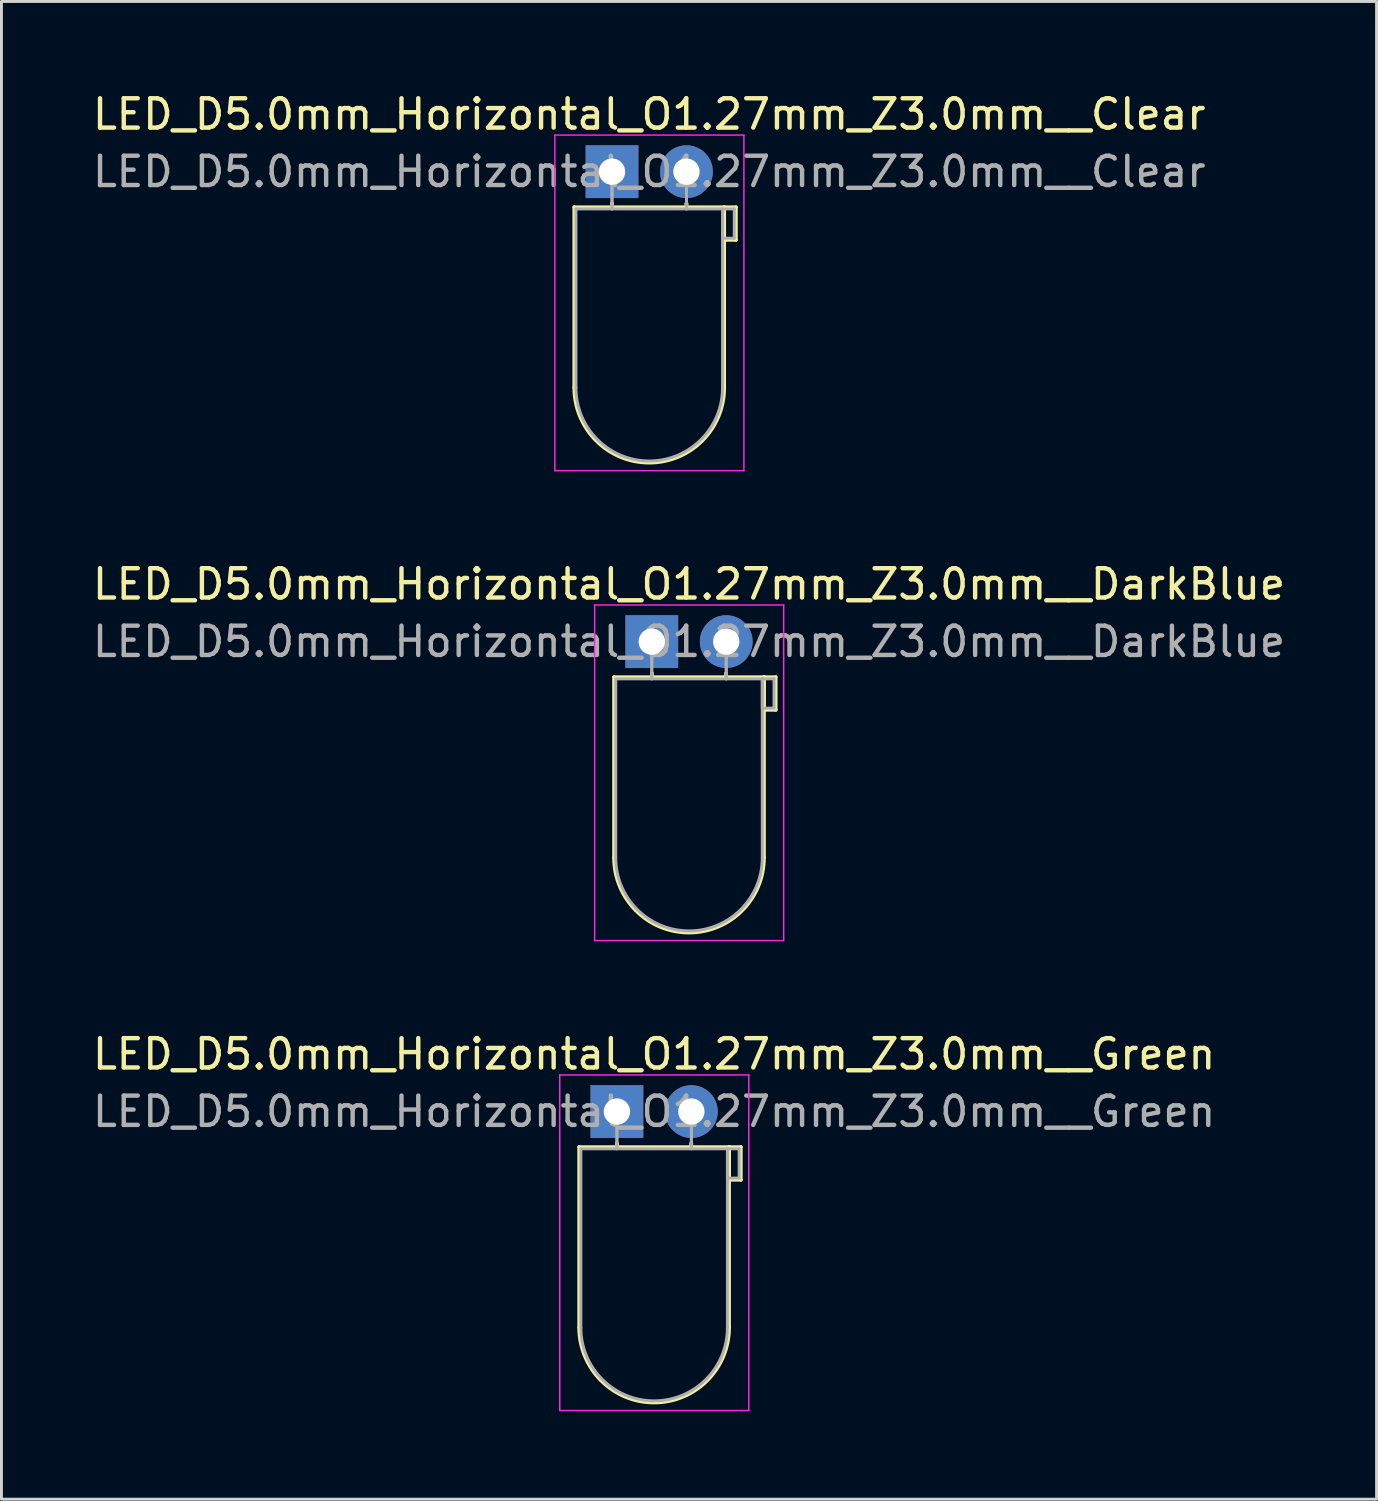
<source format=kicad_pcb>
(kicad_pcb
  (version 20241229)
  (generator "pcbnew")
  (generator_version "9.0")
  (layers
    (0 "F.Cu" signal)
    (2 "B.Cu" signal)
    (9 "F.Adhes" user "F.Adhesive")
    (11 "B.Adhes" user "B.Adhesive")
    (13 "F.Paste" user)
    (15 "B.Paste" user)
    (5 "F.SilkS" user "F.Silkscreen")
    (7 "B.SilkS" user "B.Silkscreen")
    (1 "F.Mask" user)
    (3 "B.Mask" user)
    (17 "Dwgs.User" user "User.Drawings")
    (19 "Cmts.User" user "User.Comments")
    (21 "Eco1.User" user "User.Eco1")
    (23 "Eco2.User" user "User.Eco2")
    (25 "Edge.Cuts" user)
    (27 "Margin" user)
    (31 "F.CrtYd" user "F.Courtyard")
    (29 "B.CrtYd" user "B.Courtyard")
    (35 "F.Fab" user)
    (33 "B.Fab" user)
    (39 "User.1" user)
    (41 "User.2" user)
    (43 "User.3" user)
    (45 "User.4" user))
  (footprint "LED_D5.0mm_Horizontal_O1.27mm_Z3.0mm__Green"
    (layer "F.Cu")
    (at 17.998 34.875)
    (property "Reference" "LED_D5.0mm_Horizontal_O1.27mm_Z3.0mm__Green" (at 1.27 -1.96 0) (layer "F.SilkS") (effects (font (size 1 1) (thickness 0.15))))
    (attr through_hole)
    (fp_line (start -1.29 1.21) (end -1.29 7.37) (stroke (width 0.12) (type solid)) (layer "F.SilkS"))
    (fp_line (start -1.29 1.21) (end 3.83 1.21) (stroke (width 0.12) (type solid)) (layer "F.SilkS"))
    (fp_line (start 0 1.08) (end 0 1.08) (stroke (width 0.12) (type solid)) (layer "F.SilkS"))
    (fp_line (start 0 1.08) (end 0 1.21) (stroke (width 0.12) (type solid)) (layer "F.SilkS"))
    (fp_line (start 0 1.21) (end 0 1.08) (stroke (width 0.12) (type solid)) (layer "F.SilkS"))
    (fp_line (start 0 1.21) (end 0 1.21) (stroke (width 0.12) (type solid)) (layer "F.SilkS"))
    (fp_line (start 2.54 1.08) (end 2.54 1.08) (stroke (width 0.12) (type solid)) (layer "F.SilkS"))
    (fp_line (start 2.54 1.08) (end 2.54 1.21) (stroke (width 0.12) (type solid)) (layer "F.SilkS"))
    (fp_line (start 2.54 1.21) (end 2.54 1.08) (stroke (width 0.12) (type solid)) (layer "F.SilkS"))
    (fp_line (start 2.54 1.21) (end 2.54 1.21) (stroke (width 0.12) (type solid)) (layer "F.SilkS"))
    (fp_line (start 3.83 1.21) (end 3.83 7.37) (stroke (width 0.12) (type solid)) (layer "F.SilkS"))
    (fp_line (start 3.83 1.21) (end 4.23 1.21) (stroke (width 0.12) (type solid)) (layer "F.SilkS"))
    (fp_line (start 3.83 2.33) (end 3.83 1.21) (stroke (width 0.12) (type solid)) (layer "F.SilkS"))
    (fp_line (start 4.23 1.21) (end 4.23 2.33) (stroke (width 0.12) (type solid)) (layer "F.SilkS"))
    (fp_line (start 4.23 2.33) (end 3.83 2.33) (stroke (width 0.12) (type solid)) (layer "F.SilkS"))
    (fp_arc (start 3.83 7.37) (mid 1.27 9.93) (end -1.29 7.37) (stroke (width 0.12) (type solid)) (layer "F.SilkS"))
    (fp_line (start -1.95 -1.25) (end -1.95 10.2) (stroke (width 0.05) (type solid)) (layer "F.CrtYd"))
    (fp_line (start -1.95 10.2) (end 4.5 10.2) (stroke (width 0.05) (type solid)) (layer "F.CrtYd"))
    (fp_line (start 4.5 -1.25) (end -1.95 -1.25) (stroke (width 0.05) (type solid)) (layer "F.CrtYd"))
    (fp_line (start 4.5 10.2) (end 4.5 -1.25) (stroke (width 0.05) (type solid)) (layer "F.CrtYd"))
    (fp_line (start -1.23 1.27) (end -1.23 7.37) (stroke (width 0.1) (type solid)) (layer "F.Fab"))
    (fp_line (start -1.23 1.27) (end 3.77 1.27) (stroke (width 0.1) (type solid)) (layer "F.Fab"))
    (fp_line (start 0 0) (end 0 0) (stroke (width 0.1) (type solid)) (layer "F.Fab"))
    (fp_line (start 0 0) (end 0 1.27) (stroke (width 0.1) (type solid)) (layer "F.Fab"))
    (fp_line (start 0 1.27) (end 0 0) (stroke (width 0.1) (type solid)) (layer "F.Fab"))
    (fp_line (start 0 1.27) (end 0 1.27) (stroke (width 0.1) (type solid)) (layer "F.Fab"))
    (fp_line (start 2.54 0) (end 2.54 0) (stroke (width 0.1) (type solid)) (layer "F.Fab"))
    (fp_line (start 2.54 0) (end 2.54 1.27) (stroke (width 0.1) (type solid)) (layer "F.Fab"))
    (fp_line (start 2.54 1.27) (end 2.54 0) (stroke (width 0.1) (type solid)) (layer "F.Fab"))
    (fp_line (start 2.54 1.27) (end 2.54 1.27) (stroke (width 0.1) (type solid)) (layer "F.Fab"))
    (fp_line (start 3.77 1.27) (end 3.77 7.37) (stroke (width 0.1) (type solid)) (layer "F.Fab"))
    (fp_line (start 3.77 1.27) (end 4.17 1.27) (stroke (width 0.1) (type solid)) (layer "F.Fab"))
    (fp_line (start 3.77 2.27) (end 3.77 1.27) (stroke (width 0.1) (type solid)) (layer "F.Fab"))
    (fp_line (start 4.17 1.27) (end 4.17 2.27) (stroke (width 0.1) (type solid)) (layer "F.Fab"))
    (fp_line (start 4.17 2.27) (end 3.77 2.27) (stroke (width 0.1) (type solid)) (layer "F.Fab"))
    (fp_arc (start 3.77 7.37) (mid 1.27 9.87) (end -1.23 7.37) (stroke (width 0.1) (type solid)) (layer "F.Fab"))
    (fp_text user "${REFERENCE}" (at 1.27 0 0) (layer "F.Fab") (effects (font (size 1 1) (thickness 0.15))))
    (pad "1" thru_hole rect (at 0 0) (size 1.8 1.8) (drill 0.9) (layers "*.Cu" "*.Mask"))
    (pad "2" thru_hole circle (at 2.54 0) (size 1.8 1.8) (drill 0.9) (layers "*.Cu" "*.Mask")))
  (footprint "LED_D5.0mm_Horizontal_O1.27mm_Z3.0mm__DarkBlue"
    (layer "F.Cu")
    (at 19.188 18.841)
    (property "Reference" "LED_D5.0mm_Horizontal_O1.27mm_Z3.0mm__DarkBlue" (at 1.27 -1.96 0) (layer "F.SilkS") (effects (font (size 1 1) (thickness 0.15))))
    (attr through_hole)
    (fp_line (start -1.29 1.21) (end -1.29 7.37) (stroke (width 0.12) (type solid)) (layer "F.SilkS"))
    (fp_line (start -1.29 1.21) (end 3.83 1.21) (stroke (width 0.12) (type solid)) (layer "F.SilkS"))
    (fp_line (start 0 1.08) (end 0 1.08) (stroke (width 0.12) (type solid)) (layer "F.SilkS"))
    (fp_line (start 0 1.08) (end 0 1.21) (stroke (width 0.12) (type solid)) (layer "F.SilkS"))
    (fp_line (start 0 1.21) (end 0 1.08) (stroke (width 0.12) (type solid)) (layer "F.SilkS"))
    (fp_line (start 0 1.21) (end 0 1.21) (stroke (width 0.12) (type solid)) (layer "F.SilkS"))
    (fp_line (start 2.54 1.08) (end 2.54 1.08) (stroke (width 0.12) (type solid)) (layer "F.SilkS"))
    (fp_line (start 2.54 1.08) (end 2.54 1.21) (stroke (width 0.12) (type solid)) (layer "F.SilkS"))
    (fp_line (start 2.54 1.21) (end 2.54 1.08) (stroke (width 0.12) (type solid)) (layer "F.SilkS"))
    (fp_line (start 2.54 1.21) (end 2.54 1.21) (stroke (width 0.12) (type solid)) (layer "F.SilkS"))
    (fp_line (start 3.83 1.21) (end 3.83 7.37) (stroke (width 0.12) (type solid)) (layer "F.SilkS"))
    (fp_line (start 3.83 1.21) (end 4.23 1.21) (stroke (width 0.12) (type solid)) (layer "F.SilkS"))
    (fp_line (start 3.83 2.33) (end 3.83 1.21) (stroke (width 0.12) (type solid)) (layer "F.SilkS"))
    (fp_line (start 4.23 1.21) (end 4.23 2.33) (stroke (width 0.12) (type solid)) (layer "F.SilkS"))
    (fp_line (start 4.23 2.33) (end 3.83 2.33) (stroke (width 0.12) (type solid)) (layer "F.SilkS"))
    (fp_arc (start 3.83 7.37) (mid 1.27 9.93) (end -1.29 7.37) (stroke (width 0.12) (type solid)) (layer "F.SilkS"))
    (fp_line (start -1.95 -1.25) (end -1.95 10.2) (stroke (width 0.05) (type solid)) (layer "F.CrtYd"))
    (fp_line (start -1.95 10.2) (end 4.5 10.2) (stroke (width 0.05) (type solid)) (layer "F.CrtYd"))
    (fp_line (start 4.5 -1.25) (end -1.95 -1.25) (stroke (width 0.05) (type solid)) (layer "F.CrtYd"))
    (fp_line (start 4.5 10.2) (end 4.5 -1.25) (stroke (width 0.05) (type solid)) (layer "F.CrtYd"))
    (fp_line (start -1.23 1.27) (end -1.23 7.37) (stroke (width 0.1) (type solid)) (layer "F.Fab"))
    (fp_line (start -1.23 1.27) (end 3.77 1.27) (stroke (width 0.1) (type solid)) (layer "F.Fab"))
    (fp_line (start 0 0) (end 0 0) (stroke (width 0.1) (type solid)) (layer "F.Fab"))
    (fp_line (start 0 0) (end 0 1.27) (stroke (width 0.1) (type solid)) (layer "F.Fab"))
    (fp_line (start 0 1.27) (end 0 0) (stroke (width 0.1) (type solid)) (layer "F.Fab"))
    (fp_line (start 0 1.27) (end 0 1.27) (stroke (width 0.1) (type solid)) (layer "F.Fab"))
    (fp_line (start 2.54 0) (end 2.54 0) (stroke (width 0.1) (type solid)) (layer "F.Fab"))
    (fp_line (start 2.54 0) (end 2.54 1.27) (stroke (width 0.1) (type solid)) (layer "F.Fab"))
    (fp_line (start 2.54 1.27) (end 2.54 0) (stroke (width 0.1) (type solid)) (layer "F.Fab"))
    (fp_line (start 2.54 1.27) (end 2.54 1.27) (stroke (width 0.1) (type solid)) (layer "F.Fab"))
    (fp_line (start 3.77 1.27) (end 3.77 7.37) (stroke (width 0.1) (type solid)) (layer "F.Fab"))
    (fp_line (start 3.77 1.27) (end 4.17 1.27) (stroke (width 0.1) (type solid)) (layer "F.Fab"))
    (fp_line (start 3.77 2.27) (end 3.77 1.27) (stroke (width 0.1) (type solid)) (layer "F.Fab"))
    (fp_line (start 4.17 1.27) (end 4.17 2.27) (stroke (width 0.1) (type solid)) (layer "F.Fab"))
    (fp_line (start 4.17 2.27) (end 3.77 2.27) (stroke (width 0.1) (type solid)) (layer "F.Fab"))
    (fp_arc (start 3.77 7.37) (mid 1.27 9.87) (end -1.23 7.37) (stroke (width 0.1) (type solid)) (layer "F.Fab"))
    (fp_text user "${REFERENCE}" (at 1.27 0 0) (layer "F.Fab") (effects (font (size 1 1) (thickness 0.15))))
    (pad "1" thru_hole rect (at 0 0) (size 1.8 1.8) (drill 0.9) (layers "*.Cu" "*.Mask"))
    (pad "2" thru_hole circle (at 2.54 0) (size 1.8 1.8) (drill 0.9) (layers "*.Cu" "*.Mask")))
  (footprint "LED_D5.0mm_Horizontal_O1.27mm_Z3.0mm__Clear"
    (layer "F.Cu")
    (at 17.831 2.808)
    (property "Reference" "LED_D5.0mm_Horizontal_O1.27mm_Z3.0mm__Clear" (at 1.27 -1.96 0) (layer "F.SilkS") (effects (font (size 1 1) (thickness 0.15))))
    (attr through_hole)
    (fp_line (start -1.29 1.21) (end -1.29 7.37) (stroke (width 0.12) (type solid)) (layer "F.SilkS"))
    (fp_line (start -1.29 1.21) (end 3.83 1.21) (stroke (width 0.12) (type solid)) (layer "F.SilkS"))
    (fp_line (start 0 1.08) (end 0 1.08) (stroke (width 0.12) (type solid)) (layer "F.SilkS"))
    (fp_line (start 0 1.08) (end 0 1.21) (stroke (width 0.12) (type solid)) (layer "F.SilkS"))
    (fp_line (start 0 1.21) (end 0 1.08) (stroke (width 0.12) (type solid)) (layer "F.SilkS"))
    (fp_line (start 0 1.21) (end 0 1.21) (stroke (width 0.12) (type solid)) (layer "F.SilkS"))
    (fp_line (start 2.54 1.08) (end 2.54 1.08) (stroke (width 0.12) (type solid)) (layer "F.SilkS"))
    (fp_line (start 2.54 1.08) (end 2.54 1.21) (stroke (width 0.12) (type solid)) (layer "F.SilkS"))
    (fp_line (start 2.54 1.21) (end 2.54 1.08) (stroke (width 0.12) (type solid)) (layer "F.SilkS"))
    (fp_line (start 2.54 1.21) (end 2.54 1.21) (stroke (width 0.12) (type solid)) (layer "F.SilkS"))
    (fp_line (start 3.83 1.21) (end 3.83 7.37) (stroke (width 0.12) (type solid)) (layer "F.SilkS"))
    (fp_line (start 3.83 1.21) (end 4.23 1.21) (stroke (width 0.12) (type solid)) (layer "F.SilkS"))
    (fp_line (start 3.83 2.33) (end 3.83 1.21) (stroke (width 0.12) (type solid)) (layer "F.SilkS"))
    (fp_line (start 4.23 1.21) (end 4.23 2.33) (stroke (width 0.12) (type solid)) (layer "F.SilkS"))
    (fp_line (start 4.23 2.33) (end 3.83 2.33) (stroke (width 0.12) (type solid)) (layer "F.SilkS"))
    (fp_arc (start 3.83 7.37) (mid 1.27 9.93) (end -1.29 7.37) (stroke (width 0.12) (type solid)) (layer "F.SilkS"))
    (fp_line (start -1.95 -1.25) (end -1.95 10.2) (stroke (width 0.05) (type solid)) (layer "F.CrtYd"))
    (fp_line (start -1.95 10.2) (end 4.5 10.2) (stroke (width 0.05) (type solid)) (layer "F.CrtYd"))
    (fp_line (start 4.5 -1.25) (end -1.95 -1.25) (stroke (width 0.05) (type solid)) (layer "F.CrtYd"))
    (fp_line (start 4.5 10.2) (end 4.5 -1.25) (stroke (width 0.05) (type solid)) (layer "F.CrtYd"))
    (fp_line (start -1.23 1.27) (end -1.23 7.37) (stroke (width 0.1) (type solid)) (layer "F.Fab"))
    (fp_line (start -1.23 1.27) (end 3.77 1.27) (stroke (width 0.1) (type solid)) (layer "F.Fab"))
    (fp_line (start 0 0) (end 0 0) (stroke (width 0.1) (type solid)) (layer "F.Fab"))
    (fp_line (start 0 0) (end 0 1.27) (stroke (width 0.1) (type solid)) (layer "F.Fab"))
    (fp_line (start 0 1.27) (end 0 0) (stroke (width 0.1) (type solid)) (layer "F.Fab"))
    (fp_line (start 0 1.27) (end 0 1.27) (stroke (width 0.1) (type solid)) (layer "F.Fab"))
    (fp_line (start 2.54 0) (end 2.54 0) (stroke (width 0.1) (type solid)) (layer "F.Fab"))
    (fp_line (start 2.54 0) (end 2.54 1.27) (stroke (width 0.1) (type solid)) (layer "F.Fab"))
    (fp_line (start 2.54 1.27) (end 2.54 0) (stroke (width 0.1) (type solid)) (layer "F.Fab"))
    (fp_line (start 2.54 1.27) (end 2.54 1.27) (stroke (width 0.1) (type solid)) (layer "F.Fab"))
    (fp_line (start 3.77 1.27) (end 3.77 7.37) (stroke (width 0.1) (type solid)) (layer "F.Fab"))
    (fp_line (start 3.77 1.27) (end 4.17 1.27) (stroke (width 0.1) (type solid)) (layer "F.Fab"))
    (fp_line (start 3.77 2.27) (end 3.77 1.27) (stroke (width 0.1) (type solid)) (layer "F.Fab"))
    (fp_line (start 4.17 1.27) (end 4.17 2.27) (stroke (width 0.1) (type solid)) (layer "F.Fab"))
    (fp_line (start 4.17 2.27) (end 3.77 2.27) (stroke (width 0.1) (type solid)) (layer "F.Fab"))
    (fp_arc (start 3.77 7.37) (mid 1.27 9.87) (end -1.23 7.37) (stroke (width 0.1) (type solid)) (layer "F.Fab"))
    (fp_text user "${REFERENCE}" (at 1.27 0 0) (layer "F.Fab") (effects (font (size 1 1) (thickness 0.15))))
    (pad "1" thru_hole rect (at 0 0) (size 1.8 1.8) (drill 0.9) (layers "*.Cu" "*.Mask"))
    (pad "2" thru_hole circle (at 2.54 0) (size 1.8 1.8) (drill 0.9) (layers "*.Cu" "*.Mask")))
  (gr_rect
    (start -3 -3)
    (end 43.917 48.1)
    (stroke (width 0.1) (type default))
    (fill no)
    (layer "Edge.Cuts")))
</source>
